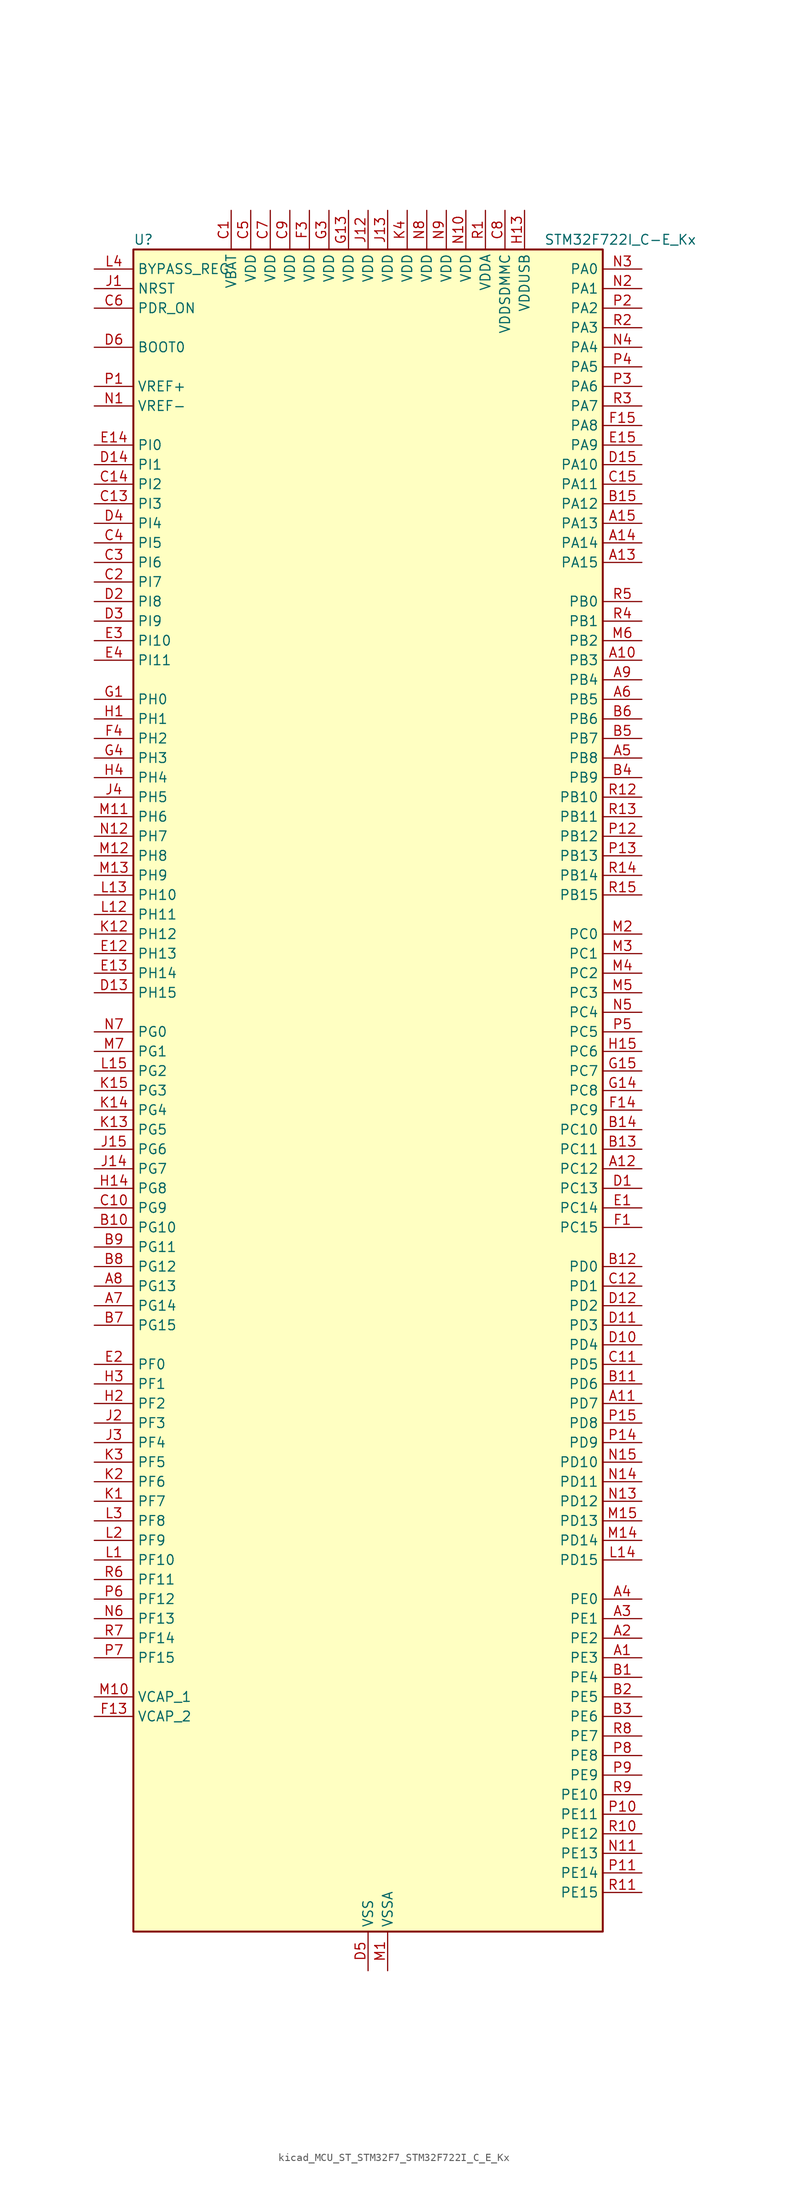
<source format=kicad_sym>
(kicad_symbol_lib
  (version 20220914)
  (generator kicad_symbol_editor)
  (symbol "kicad_MCU_ST_STM32F7_STM32F722I_C_E_Kx"
    (property "Reference" "U"
      (at -30.48 110.49 0)
      (effects (font (size 1.27 1.27)) (justify left)))
    (property "Value" "STM32F722I_C-E_Kx"
      (at 22.86 110.49 0)
      (effects (font (size 1.27 1.27)) (justify left)))
    (property "ki_locked" ""
      (at 0 0 0)
      (effects (font (size 1.27 1.27))))
    (symbol "kicad_MCU_ST_STM32F7_STM32F722I_C_E_Kx_0_1"
      (rectangle (start -30.48 -109.22) (end 30.48 109.22) (stroke (width 0.254) (type default)) (fill (type background))))
    (symbol "kicad_MCU_ST_STM32F7_STM32F722I_C_E_Kx_1_1"
      (pin bidirectional line (at 35.56 -73.66 180) (length 5.08) (name "PE3" (effects (font (size 1.27 1.27)))) (number "A1" (effects (font (size 1.27 1.27)))) (alternate "FMC_A19" bidirectional line) (alternate "SAI1_SD_B" bidirectional line) (alternate "SYS_TRACED0" bidirectional line))
      (pin bidirectional line (at 35.56 55.88 180) (length 5.08) (name "PB3" (effects (font (size 1.27 1.27)))) (number "A10" (effects (font (size 1.27 1.27)))) (alternate "I2S1_CK" bidirectional line) (alternate "I2S3_CK" bidirectional line) (alternate "SDMMC2_D2" bidirectional line) (alternate "SPI1_SCK" bidirectional line) (alternate "SPI3_SCK" bidirectional line) (alternate "SYS_JTDO-SWO" bidirectional line) (alternate "TIM2_CH2" bidirectional line))
      (pin bidirectional line (at 35.56 -40.64 180) (length 5.08) (name "PD7" (effects (font (size 1.27 1.27)))) (number "A11" (effects (font (size 1.27 1.27)))) (alternate "FMC_NE1" bidirectional line) (alternate "SDMMC2_CMD" bidirectional line) (alternate "USART2_CK" bidirectional line))
      (pin bidirectional line (at 35.56 -10.16 180) (length 5.08) (name "PC12" (effects (font (size 1.27 1.27)))) (number "A12" (effects (font (size 1.27 1.27)))) (alternate "I2S3_SD" bidirectional line) (alternate "SDMMC1_CK" bidirectional line) (alternate "SPI3_MOSI" bidirectional line) (alternate "SYS_TRACED3" bidirectional line) (alternate "UART5_TX" bidirectional line) (alternate "USART3_CK" bidirectional line))
      (pin bidirectional line (at 35.56 68.58 180) (length 5.08) (name "PA15" (effects (font (size 1.27 1.27)))) (number "A13" (effects (font (size 1.27 1.27)))) (alternate "I2S1_WS" bidirectional line) (alternate "I2S3_WS" bidirectional line) (alternate "SPI1_NSS" bidirectional line) (alternate "SPI3_NSS" bidirectional line) (alternate "SYS_JTDI" bidirectional line) (alternate "TIM2_CH1" bidirectional line) (alternate "TIM2_ETR" bidirectional line) (alternate "UART4_DE" bidirectional line) (alternate "UART4_RTS" bidirectional line))
      (pin bidirectional line (at 35.56 71.12 180) (length 5.08) (name "PA14" (effects (font (size 1.27 1.27)))) (number "A14" (effects (font (size 1.27 1.27)))) (alternate "SYS_JTCK-SWCLK" bidirectional line))
      (pin bidirectional line (at 35.56 73.66 180) (length 5.08) (name "PA13" (effects (font (size 1.27 1.27)))) (number "A15" (effects (font (size 1.27 1.27)))) (alternate "SYS_JTMS-SWDIO" bidirectional line))
      (pin bidirectional line (at 35.56 -71.12 180) (length 5.08) (name "PE2" (effects (font (size 1.27 1.27)))) (number "A2" (effects (font (size 1.27 1.27)))) (alternate "FMC_A23" bidirectional line) (alternate "QUADSPI_BK1_IO2" bidirectional line) (alternate "SAI1_MCLK_A" bidirectional line) (alternate "SPI4_SCK" bidirectional line) (alternate "SYS_TRACECLK" bidirectional line))
      (pin bidirectional line (at 35.56 -68.58 180) (length 5.08) (name "PE1" (effects (font (size 1.27 1.27)))) (number "A3" (effects (font (size 1.27 1.27)))) (alternate "FMC_NBL1" bidirectional line) (alternate "LPTIM1_IN2" bidirectional line) (alternate "UART8_TX" bidirectional line))
      (pin bidirectional line (at 35.56 -66.04 180) (length 5.08) (name "PE0" (effects (font (size 1.27 1.27)))) (number "A4" (effects (font (size 1.27 1.27)))) (alternate "FMC_NBL0" bidirectional line) (alternate "LPTIM1_ETR" bidirectional line) (alternate "SAI2_MCLK_A" bidirectional line) (alternate "TIM4_ETR" bidirectional line) (alternate "UART8_RX" bidirectional line))
      (pin bidirectional line (at 35.56 43.18 180) (length 5.08) (name "PB8" (effects (font (size 1.27 1.27)))) (number "A5" (effects (font (size 1.27 1.27)))) (alternate "CAN1_RX" bidirectional line) (alternate "I2C1_SCL" bidirectional line) (alternate "SDMMC1_D4" bidirectional line) (alternate "SDMMC2_D4" bidirectional line) (alternate "TIM10_CH1" bidirectional line) (alternate "TIM4_CH3" bidirectional line))
      (pin bidirectional line (at 35.56 50.8 180) (length 5.08) (name "PB5" (effects (font (size 1.27 1.27)))) (number "A6" (effects (font (size 1.27 1.27)))) (alternate "FMC_SDCKE1" bidirectional line) (alternate "I2C1_SMBA" bidirectional line) (alternate "I2S1_SD" bidirectional line) (alternate "I2S3_SD" bidirectional line) (alternate "SPI1_MOSI" bidirectional line) (alternate "SPI3_MOSI" bidirectional line) (alternate "TIM3_CH2" bidirectional line) (alternate "USB_OTG_HS_ULPI_D7" bidirectional line))
      (pin bidirectional line (at -35.56 -27.94 0) (length 5.08) (name "PG14" (effects (font (size 1.27 1.27)))) (number "A7" (effects (font (size 1.27 1.27)))) (alternate "FMC_A25" bidirectional line) (alternate "LPTIM1_ETR" bidirectional line) (alternate "QUADSPI_BK2_IO3" bidirectional line) (alternate "SYS_TRACED1" bidirectional line) (alternate "USART6_TX" bidirectional line))
      (pin bidirectional line (at -35.56 -25.4 0) (length 5.08) (name "PG13" (effects (font (size 1.27 1.27)))) (number "A8" (effects (font (size 1.27 1.27)))) (alternate "FMC_A24" bidirectional line) (alternate "LPTIM1_OUT" bidirectional line) (alternate "SYS_TRACED0" bidirectional line) (alternate "USART6_CTS" bidirectional line))
      (pin bidirectional line (at 35.56 53.34 180) (length 5.08) (name "PB4" (effects (font (size 1.27 1.27)))) (number "A9" (effects (font (size 1.27 1.27)))) (alternate "I2S2_WS" bidirectional line) (alternate "SDMMC2_D3" bidirectional line) (alternate "SPI1_MISO" bidirectional line) (alternate "SPI2_NSS" bidirectional line) (alternate "SPI3_MISO" bidirectional line) (alternate "SYS_JTRST" bidirectional line) (alternate "TIM3_CH1" bidirectional line))
      (pin bidirectional line (at 35.56 -76.2 180) (length 5.08) (name "PE4" (effects (font (size 1.27 1.27)))) (number "B1" (effects (font (size 1.27 1.27)))) (alternate "FMC_A20" bidirectional line) (alternate "SAI1_FS_A" bidirectional line) (alternate "SPI4_NSS" bidirectional line) (alternate "SYS_TRACED1" bidirectional line))
      (pin bidirectional line (at -35.56 -17.78 0) (length 5.08) (name "PG10" (effects (font (size 1.27 1.27)))) (number "B10" (effects (font (size 1.27 1.27)))) (alternate "FMC_NE3" bidirectional line) (alternate "SAI2_SD_B" bidirectional line) (alternate "SDMMC2_D1" bidirectional line))
      (pin bidirectional line (at 35.56 -38.1 180) (length 5.08) (name "PD6" (effects (font (size 1.27 1.27)))) (number "B11" (effects (font (size 1.27 1.27)))) (alternate "FMC_NWAIT" bidirectional line) (alternate "I2S3_SD" bidirectional line) (alternate "SAI1_SD_A" bidirectional line) (alternate "SDMMC2_CK" bidirectional line) (alternate "SPI3_MOSI" bidirectional line) (alternate "USART2_RX" bidirectional line))
      (pin bidirectional line (at 35.56 -22.86 180) (length 5.08) (name "PD0" (effects (font (size 1.27 1.27)))) (number "B12" (effects (font (size 1.27 1.27)))) (alternate "CAN1_RX" bidirectional line) (alternate "FMC_D2" bidirectional line) (alternate "FMC_DA2" bidirectional line))
      (pin bidirectional line (at 35.56 -7.62 180) (length 5.08) (name "PC11" (effects (font (size 1.27 1.27)))) (number "B13" (effects (font (size 1.27 1.27)))) (alternate "ADC1_EXTI11" bidirectional line) (alternate "ADC2_EXTI11" bidirectional line) (alternate "ADC3_EXTI11" bidirectional line) (alternate "QUADSPI_BK2_NCS" bidirectional line) (alternate "SDMMC1_D3" bidirectional line) (alternate "SPI3_MISO" bidirectional line) (alternate "UART4_RX" bidirectional line) (alternate "USART3_RX" bidirectional line))
      (pin bidirectional line (at 35.56 -5.08 180) (length 5.08) (name "PC10" (effects (font (size 1.27 1.27)))) (number "B14" (effects (font (size 1.27 1.27)))) (alternate "I2S3_CK" bidirectional line) (alternate "QUADSPI_BK1_IO1" bidirectional line) (alternate "SDMMC1_D2" bidirectional line) (alternate "SPI3_SCK" bidirectional line) (alternate "UART4_TX" bidirectional line) (alternate "USART3_TX" bidirectional line))
      (pin bidirectional line (at 35.56 76.2 180) (length 5.08) (name "PA12" (effects (font (size 1.27 1.27)))) (number "B15" (effects (font (size 1.27 1.27)))) (alternate "CAN1_TX" bidirectional line) (alternate "SAI2_FS_B" bidirectional line) (alternate "TIM1_ETR" bidirectional line) (alternate "USART1_DE" bidirectional line) (alternate "USART1_RTS" bidirectional line) (alternate "USB_OTG_FS_DP" bidirectional line))
      (pin bidirectional line (at 35.56 -78.74 180) (length 5.08) (name "PE5" (effects (font (size 1.27 1.27)))) (number "B2" (effects (font (size 1.27 1.27)))) (alternate "FMC_A21" bidirectional line) (alternate "SAI1_SCK_A" bidirectional line) (alternate "SPI4_MISO" bidirectional line) (alternate "SYS_TRACED2" bidirectional line) (alternate "TIM9_CH1" bidirectional line))
      (pin bidirectional line (at 35.56 -81.28 180) (length 5.08) (name "PE6" (effects (font (size 1.27 1.27)))) (number "B3" (effects (font (size 1.27 1.27)))) (alternate "FMC_A22" bidirectional line) (alternate "SAI1_SD_A" bidirectional line) (alternate "SAI2_MCLK_B" bidirectional line) (alternate "SPI4_MOSI" bidirectional line) (alternate "SYS_TRACED3" bidirectional line) (alternate "TIM1_BKIN2" bidirectional line) (alternate "TIM9_CH2" bidirectional line))
      (pin bidirectional line (at 35.56 40.64 180) (length 5.08) (name "PB9" (effects (font (size 1.27 1.27)))) (number "B4" (effects (font (size 1.27 1.27)))) (alternate "CAN1_TX" bidirectional line) (alternate "DAC_EXTI9" bidirectional line) (alternate "I2C1_SDA" bidirectional line) (alternate "I2S2_WS" bidirectional line) (alternate "SDMMC1_D5" bidirectional line) (alternate "SDMMC2_D5" bidirectional line) (alternate "SPI2_NSS" bidirectional line) (alternate "TIM11_CH1" bidirectional line) (alternate "TIM4_CH4" bidirectional line))
      (pin bidirectional line (at 35.56 45.72 180) (length 5.08) (name "PB7" (effects (font (size 1.27 1.27)))) (number "B5" (effects (font (size 1.27 1.27)))) (alternate "FMC_NL" bidirectional line) (alternate "I2C1_SDA" bidirectional line) (alternate "TIM4_CH2" bidirectional line) (alternate "USART1_RX" bidirectional line))
      (pin bidirectional line (at 35.56 48.26 180) (length 5.08) (name "PB6" (effects (font (size 1.27 1.27)))) (number "B6" (effects (font (size 1.27 1.27)))) (alternate "FMC_SDNE1" bidirectional line) (alternate "I2C1_SCL" bidirectional line) (alternate "QUADSPI_BK1_NCS" bidirectional line) (alternate "TIM4_CH1" bidirectional line) (alternate "USART1_TX" bidirectional line))
      (pin bidirectional line (at -35.56 -30.48 0) (length 5.08) (name "PG15" (effects (font (size 1.27 1.27)))) (number "B7" (effects (font (size 1.27 1.27)))) (alternate "FMC_SDNCAS" bidirectional line) (alternate "USART6_CTS" bidirectional line))
      (pin bidirectional line (at -35.56 -22.86 0) (length 5.08) (name "PG12" (effects (font (size 1.27 1.27)))) (number "B8" (effects (font (size 1.27 1.27)))) (alternate "FMC_NE4" bidirectional line) (alternate "LPTIM1_IN1" bidirectional line) (alternate "SDMMC2_D3" bidirectional line) (alternate "USART6_DE" bidirectional line) (alternate "USART6_RTS" bidirectional line))
      (pin bidirectional line (at -35.56 -20.32 0) (length 5.08) (name "PG11" (effects (font (size 1.27 1.27)))) (number "B9" (effects (font (size 1.27 1.27)))) (alternate "ADC1_EXTI11" bidirectional line) (alternate "ADC2_EXTI11" bidirectional line) (alternate "ADC3_EXTI11" bidirectional line) (alternate "FMC_INT" bidirectional line) (alternate "SDMMC2_D2" bidirectional line))
      (pin power_in line (at -17.78 114.3 270) (length 5.08) (name "VBAT" (effects (font (size 1.27 1.27)))) (number "C1" (effects (font (size 1.27 1.27)))))
      (pin bidirectional line (at -35.56 -15.24 0) (length 5.08) (name "PG9" (effects (font (size 1.27 1.27)))) (number "C10" (effects (font (size 1.27 1.27)))) (alternate "DAC_EXTI9" bidirectional line) (alternate "FMC_NCE" bidirectional line) (alternate "FMC_NE2" bidirectional line) (alternate "QUADSPI_BK2_IO2" bidirectional line) (alternate "SAI2_FS_B" bidirectional line) (alternate "SDMMC2_D0" bidirectional line) (alternate "USART6_RX" bidirectional line))
      (pin bidirectional line (at 35.56 -35.56 180) (length 5.08) (name "PD5" (effects (font (size 1.27 1.27)))) (number "C11" (effects (font (size 1.27 1.27)))) (alternate "FMC_NWE" bidirectional line) (alternate "USART2_TX" bidirectional line))
      (pin bidirectional line (at 35.56 -25.4 180) (length 5.08) (name "PD1" (effects (font (size 1.27 1.27)))) (number "C12" (effects (font (size 1.27 1.27)))) (alternate "CAN1_TX" bidirectional line) (alternate "FMC_D3" bidirectional line) (alternate "FMC_DA3" bidirectional line))
      (pin bidirectional line (at -35.56 76.2 0) (length 5.08) (name "PI3" (effects (font (size 1.27 1.27)))) (number "C13" (effects (font (size 1.27 1.27)))) (alternate "FMC_D27" bidirectional line) (alternate "I2S2_SD" bidirectional line) (alternate "SPI2_MOSI" bidirectional line) (alternate "TIM8_ETR" bidirectional line))
      (pin bidirectional line (at -35.56 78.74 0) (length 5.08) (name "PI2" (effects (font (size 1.27 1.27)))) (number "C14" (effects (font (size 1.27 1.27)))) (alternate "FMC_D26" bidirectional line) (alternate "SPI2_MISO" bidirectional line) (alternate "TIM8_CH4" bidirectional line))
      (pin bidirectional line (at 35.56 78.74 180) (length 5.08) (name "PA11" (effects (font (size 1.27 1.27)))) (number "C15" (effects (font (size 1.27 1.27)))) (alternate "ADC1_EXTI11" bidirectional line) (alternate "ADC2_EXTI11" bidirectional line) (alternate "ADC3_EXTI11" bidirectional line) (alternate "CAN1_RX" bidirectional line) (alternate "TIM1_CH4" bidirectional line) (alternate "USART1_CTS" bidirectional line) (alternate "USB_OTG_FS_DM" bidirectional line))
      (pin bidirectional line (at -35.56 66.04 0) (length 5.08) (name "PI7" (effects (font (size 1.27 1.27)))) (number "C2" (effects (font (size 1.27 1.27)))) (alternate "FMC_D29" bidirectional line) (alternate "SAI2_FS_A" bidirectional line) (alternate "TIM8_CH3" bidirectional line))
      (pin bidirectional line (at -35.56 68.58 0) (length 5.08) (name "PI6" (effects (font (size 1.27 1.27)))) (number "C3" (effects (font (size 1.27 1.27)))) (alternate "FMC_D28" bidirectional line) (alternate "SAI2_SD_A" bidirectional line) (alternate "TIM8_CH2" bidirectional line))
      (pin bidirectional line (at -35.56 71.12 0) (length 5.08) (name "PI5" (effects (font (size 1.27 1.27)))) (number "C4" (effects (font (size 1.27 1.27)))) (alternate "FMC_NBL3" bidirectional line) (alternate "SAI2_SCK_A" bidirectional line) (alternate "TIM8_CH1" bidirectional line))
      (pin power_in line (at -15.24 114.3 270) (length 5.08) (name "VDD" (effects (font (size 1.27 1.27)))) (number "C5" (effects (font (size 1.27 1.27)))))
      (pin input line (at -35.56 101.6 0) (length 5.08) (name "PDR_ON" (effects (font (size 1.27 1.27)))) (number "C6" (effects (font (size 1.27 1.27)))))
      (pin power_in line (at -12.7 114.3 270) (length 5.08) (name "VDD" (effects (font (size 1.27 1.27)))) (number "C7" (effects (font (size 1.27 1.27)))))
      (pin power_in line (at 17.78 114.3 270) (length 5.08) (name "VDDSDMMC" (effects (font (size 1.27 1.27)))) (number "C8" (effects (font (size 1.27 1.27)))))
      (pin power_in line (at -10.16 114.3 270) (length 5.08) (name "VDD" (effects (font (size 1.27 1.27)))) (number "C9" (effects (font (size 1.27 1.27)))))
      (pin bidirectional line (at 35.56 -12.7 180) (length 5.08) (name "PC13" (effects (font (size 1.27 1.27)))) (number "D1" (effects (font (size 1.27 1.27)))) (alternate "RTC_OUT" bidirectional line) (alternate "RTC_TAMP1" bidirectional line) (alternate "RTC_TS" bidirectional line) (alternate "SYS_WKUP4" bidirectional line))
      (pin bidirectional line (at 35.56 -33.02 180) (length 5.08) (name "PD4" (effects (font (size 1.27 1.27)))) (number "D10" (effects (font (size 1.27 1.27)))) (alternate "FMC_NOE" bidirectional line) (alternate "USART2_DE" bidirectional line) (alternate "USART2_RTS" bidirectional line))
      (pin bidirectional line (at 35.56 -30.48 180) (length 5.08) (name "PD3" (effects (font (size 1.27 1.27)))) (number "D11" (effects (font (size 1.27 1.27)))) (alternate "FMC_CLK" bidirectional line) (alternate "I2S2_CK" bidirectional line) (alternate "SPI2_SCK" bidirectional line) (alternate "USART2_CTS" bidirectional line))
      (pin bidirectional line (at 35.56 -27.94 180) (length 5.08) (name "PD2" (effects (font (size 1.27 1.27)))) (number "D12" (effects (font (size 1.27 1.27)))) (alternate "SDMMC1_CMD" bidirectional line) (alternate "SYS_TRACED2" bidirectional line) (alternate "TIM3_ETR" bidirectional line) (alternate "UART5_RX" bidirectional line))
      (pin bidirectional line (at -35.56 12.7 0) (length 5.08) (name "PH15" (effects (font (size 1.27 1.27)))) (number "D13" (effects (font (size 1.27 1.27)))) (alternate "FMC_D23" bidirectional line) (alternate "TIM8_CH3N" bidirectional line))
      (pin bidirectional line (at -35.56 81.28 0) (length 5.08) (name "PI1" (effects (font (size 1.27 1.27)))) (number "D14" (effects (font (size 1.27 1.27)))) (alternate "FMC_D25" bidirectional line) (alternate "I2S2_CK" bidirectional line) (alternate "SPI2_SCK" bidirectional line) (alternate "TIM8_BKIN2" bidirectional line))
      (pin bidirectional line (at 35.56 81.28 180) (length 5.08) (name "PA10" (effects (font (size 1.27 1.27)))) (number "D15" (effects (font (size 1.27 1.27)))) (alternate "TIM1_CH3" bidirectional line) (alternate "USART1_RX" bidirectional line) (alternate "USB_OTG_FS_ID" bidirectional line))
      (pin bidirectional line (at -35.56 63.5 0) (length 5.08) (name "PI8" (effects (font (size 1.27 1.27)))) (number "D2" (effects (font (size 1.27 1.27)))) (alternate "RTC_TAMP2" bidirectional line) (alternate "RTC_TS" bidirectional line) (alternate "SYS_WKUP5" bidirectional line))
      (pin bidirectional line (at -35.56 60.96 0) (length 5.08) (name "PI9" (effects (font (size 1.27 1.27)))) (number "D3" (effects (font (size 1.27 1.27)))) (alternate "CAN1_RX" bidirectional line) (alternate "DAC_EXTI9" bidirectional line) (alternate "FMC_D30" bidirectional line) (alternate "UART4_RX" bidirectional line))
      (pin bidirectional line (at -35.56 73.66 0) (length 5.08) (name "PI4" (effects (font (size 1.27 1.27)))) (number "D4" (effects (font (size 1.27 1.27)))) (alternate "FMC_NBL2" bidirectional line) (alternate "SAI2_MCLK_A" bidirectional line) (alternate "TIM8_BKIN" bidirectional line))
      (pin power_in line (at 0 -114.3 90) (length 5.08) (name "VSS" (effects (font (size 1.27 1.27)))) (number "D5" (effects (font (size 1.27 1.27)))))
      (pin input line (at -35.56 96.52 0) (length 5.08) (name "BOOT0" (effects (font (size 1.27 1.27)))) (number "D6" (effects (font (size 1.27 1.27)))))
      (pin passive line (at 0 -114.3 90) (length 5.08) hide (name "VSS" (effects (font (size 1.27 1.27)))) (number "D7" (effects (font (size 1.27 1.27)))))
      (pin passive line (at 0 -114.3 90) (length 5.08) hide (name "VSS" (effects (font (size 1.27 1.27)))) (number "D8" (effects (font (size 1.27 1.27)))))
      (pin passive line (at 0 -114.3 90) (length 5.08) hide (name "VSS" (effects (font (size 1.27 1.27)))) (number "D9" (effects (font (size 1.27 1.27)))))
      (pin bidirectional line (at 35.56 -15.24 180) (length 5.08) (name "PC14" (effects (font (size 1.27 1.27)))) (number "E1" (effects (font (size 1.27 1.27)))) (alternate "RCC_OSC32_IN" bidirectional line))
      (pin bidirectional line (at -35.56 17.78 0) (length 5.08) (name "PH13" (effects (font (size 1.27 1.27)))) (number "E12" (effects (font (size 1.27 1.27)))) (alternate "CAN1_TX" bidirectional line) (alternate "FMC_D21" bidirectional line) (alternate "TIM8_CH1N" bidirectional line) (alternate "UART4_TX" bidirectional line))
      (pin bidirectional line (at -35.56 15.24 0) (length 5.08) (name "PH14" (effects (font (size 1.27 1.27)))) (number "E13" (effects (font (size 1.27 1.27)))) (alternate "CAN1_RX" bidirectional line) (alternate "FMC_D22" bidirectional line) (alternate "TIM8_CH2N" bidirectional line) (alternate "UART4_RX" bidirectional line))
      (pin bidirectional line (at -35.56 83.82 0) (length 5.08) (name "PI0" (effects (font (size 1.27 1.27)))) (number "E14" (effects (font (size 1.27 1.27)))) (alternate "FMC_D24" bidirectional line) (alternate "I2S2_WS" bidirectional line) (alternate "SPI2_NSS" bidirectional line) (alternate "TIM5_CH4" bidirectional line))
      (pin bidirectional line (at 35.56 83.82 180) (length 5.08) (name "PA9" (effects (font (size 1.27 1.27)))) (number "E15" (effects (font (size 1.27 1.27)))) (alternate "DAC_EXTI9" bidirectional line) (alternate "I2C3_SMBA" bidirectional line) (alternate "I2S2_CK" bidirectional line) (alternate "SPI2_SCK" bidirectional line) (alternate "TIM1_CH2" bidirectional line) (alternate "USART1_TX" bidirectional line) (alternate "USB_OTG_FS_VBUS" bidirectional line))
      (pin bidirectional line (at -35.56 -35.56 0) (length 5.08) (name "PF0" (effects (font (size 1.27 1.27)))) (number "E2" (effects (font (size 1.27 1.27)))) (alternate "FMC_A0" bidirectional line) (alternate "I2C2_SDA" bidirectional line))
      (pin bidirectional line (at -35.56 58.42 0) (length 5.08) (name "PI10" (effects (font (size 1.27 1.27)))) (number "E3" (effects (font (size 1.27 1.27)))) (alternate "FMC_D31" bidirectional line))
      (pin bidirectional line (at -35.56 55.88 0) (length 5.08) (name "PI11" (effects (font (size 1.27 1.27)))) (number "E4" (effects (font (size 1.27 1.27)))) (alternate "ADC1_EXTI11" bidirectional line) (alternate "ADC2_EXTI11" bidirectional line) (alternate "ADC3_EXTI11" bidirectional line) (alternate "SYS_WKUP6" bidirectional line) (alternate "USB_OTG_HS_ULPI_DIR" bidirectional line))
      (pin bidirectional line (at 35.56 -17.78 180) (length 5.08) (name "PC15" (effects (font (size 1.27 1.27)))) (number "F1" (effects (font (size 1.27 1.27)))) (alternate "RCC_OSC32_OUT" bidirectional line))
      (pin passive line (at 0 -114.3 90) (length 5.08) hide (name "VSS" (effects (font (size 1.27 1.27)))) (number "F10" (effects (font (size 1.27 1.27)))))
      (pin passive line (at 0 -114.3 90) (length 5.08) hide (name "VSS" (effects (font (size 1.27 1.27)))) (number "F12" (effects (font (size 1.27 1.27)))))
      (pin power_out line (at -35.56 -81.28 0) (length 5.08) (name "VCAP_2" (effects (font (size 1.27 1.27)))) (number "F13" (effects (font (size 1.27 1.27)))))
      (pin bidirectional line (at 35.56 -2.54 180) (length 5.08) (name "PC9" (effects (font (size 1.27 1.27)))) (number "F14" (effects (font (size 1.27 1.27)))) (alternate "DAC_EXTI9" bidirectional line) (alternate "I2C3_SDA" bidirectional line) (alternate "I2S_CKIN" bidirectional line) (alternate "QUADSPI_BK1_IO0" bidirectional line) (alternate "RCC_MCO_2" bidirectional line) (alternate "SDMMC1_D1" bidirectional line) (alternate "TIM3_CH4" bidirectional line) (alternate "TIM8_CH4" bidirectional line) (alternate "UART5_CTS" bidirectional line))
      (pin bidirectional line (at 35.56 86.36 180) (length 5.08) (name "PA8" (effects (font (size 1.27 1.27)))) (number "F15" (effects (font (size 1.27 1.27)))) (alternate "I2C3_SCL" bidirectional line) (alternate "RCC_MCO_1" bidirectional line) (alternate "TIM1_CH1" bidirectional line) (alternate "TIM8_BKIN2" bidirectional line) (alternate "USART1_CK" bidirectional line) (alternate "USB_OTG_FS_SOF" bidirectional line))
      (pin passive line (at 0 -114.3 90) (length 5.08) hide (name "VSS" (effects (font (size 1.27 1.27)))) (number "F2" (effects (font (size 1.27 1.27)))))
      (pin power_in line (at -7.62 114.3 270) (length 5.08) (name "VDD" (effects (font (size 1.27 1.27)))) (number "F3" (effects (font (size 1.27 1.27)))))
      (pin bidirectional line (at -35.56 45.72 0) (length 5.08) (name "PH2" (effects (font (size 1.27 1.27)))) (number "F4" (effects (font (size 1.27 1.27)))) (alternate "FMC_SDCKE0" bidirectional line) (alternate "LPTIM1_IN2" bidirectional line) (alternate "QUADSPI_BK2_IO0" bidirectional line) (alternate "SAI2_SCK_B" bidirectional line))
      (pin passive line (at 0 -114.3 90) (length 5.08) hide (name "VSS" (effects (font (size 1.27 1.27)))) (number "F6" (effects (font (size 1.27 1.27)))))
      (pin passive line (at 0 -114.3 90) (length 5.08) hide (name "VSS" (effects (font (size 1.27 1.27)))) (number "F7" (effects (font (size 1.27 1.27)))))
      (pin passive line (at 0 -114.3 90) (length 5.08) hide (name "VSS" (effects (font (size 1.27 1.27)))) (number "F8" (effects (font (size 1.27 1.27)))))
      (pin passive line (at 0 -114.3 90) (length 5.08) hide (name "VSS" (effects (font (size 1.27 1.27)))) (number "F9" (effects (font (size 1.27 1.27)))))
      (pin bidirectional line (at -35.56 50.8 0) (length 5.08) (name "PH0" (effects (font (size 1.27 1.27)))) (number "G1" (effects (font (size 1.27 1.27)))) (alternate "RCC_OSC_IN" bidirectional line))
      (pin passive line (at 0 -114.3 90) (length 5.08) hide (name "VSS" (effects (font (size 1.27 1.27)))) (number "G10" (effects (font (size 1.27 1.27)))))
      (pin passive line (at 0 -114.3 90) (length 5.08) hide (name "VSS" (effects (font (size 1.27 1.27)))) (number "G12" (effects (font (size 1.27 1.27)))))
      (pin power_in line (at -2.54 114.3 270) (length 5.08) (name "VDD" (effects (font (size 1.27 1.27)))) (number "G13" (effects (font (size 1.27 1.27)))))
      (pin bidirectional line (at 35.56 0 180) (length 5.08) (name "PC8" (effects (font (size 1.27 1.27)))) (number "G14" (effects (font (size 1.27 1.27)))) (alternate "SDMMC1_D0" bidirectional line) (alternate "SYS_TRACED1" bidirectional line) (alternate "TIM3_CH3" bidirectional line) (alternate "TIM8_CH3" bidirectional line) (alternate "UART5_DE" bidirectional line) (alternate "UART5_RTS" bidirectional line) (alternate "USART6_CK" bidirectional line))
      (pin bidirectional line (at 35.56 2.54 180) (length 5.08) (name "PC7" (effects (font (size 1.27 1.27)))) (number "G15" (effects (font (size 1.27 1.27)))) (alternate "I2S3_MCK" bidirectional line) (alternate "SDMMC1_D7" bidirectional line) (alternate "SDMMC2_D7" bidirectional line) (alternate "TIM3_CH2" bidirectional line) (alternate "TIM8_CH2" bidirectional line) (alternate "USART6_RX" bidirectional line))
      (pin passive line (at 0 -114.3 90) (length 5.08) hide (name "VSS" (effects (font (size 1.27 1.27)))) (number "G2" (effects (font (size 1.27 1.27)))))
      (pin power_in line (at -5.08 114.3 270) (length 5.08) (name "VDD" (effects (font (size 1.27 1.27)))) (number "G3" (effects (font (size 1.27 1.27)))))
      (pin bidirectional line (at -35.56 43.18 0) (length 5.08) (name "PH3" (effects (font (size 1.27 1.27)))) (number "G4" (effects (font (size 1.27 1.27)))) (alternate "FMC_SDNE0" bidirectional line) (alternate "QUADSPI_BK2_IO1" bidirectional line) (alternate "SAI2_MCLK_B" bidirectional line))
      (pin passive line (at 0 -114.3 90) (length 5.08) hide (name "VSS" (effects (font (size 1.27 1.27)))) (number "G6" (effects (font (size 1.27 1.27)))))
      (pin passive line (at 0 -114.3 90) (length 5.08) hide (name "VSS" (effects (font (size 1.27 1.27)))) (number "G7" (effects (font (size 1.27 1.27)))))
      (pin passive line (at 0 -114.3 90) (length 5.08) hide (name "VSS" (effects (font (size 1.27 1.27)))) (number "G8" (effects (font (size 1.27 1.27)))))
      (pin passive line (at 0 -114.3 90) (length 5.08) hide (name "VSS" (effects (font (size 1.27 1.27)))) (number "G9" (effects (font (size 1.27 1.27)))))
      (pin bidirectional line (at -35.56 48.26 0) (length 5.08) (name "PH1" (effects (font (size 1.27 1.27)))) (number "H1" (effects (font (size 1.27 1.27)))) (alternate "RCC_OSC_OUT" bidirectional line))
      (pin passive line (at 0 -114.3 90) (length 5.08) hide (name "VSS" (effects (font (size 1.27 1.27)))) (number "H10" (effects (font (size 1.27 1.27)))))
      (pin passive line (at 0 -114.3 90) (length 5.08) hide (name "VSS" (effects (font (size 1.27 1.27)))) (number "H12" (effects (font (size 1.27 1.27)))))
      (pin power_in line (at 20.32 114.3 270) (length 5.08) (name "VDDUSB" (effects (font (size 1.27 1.27)))) (number "H13" (effects (font (size 1.27 1.27)))))
      (pin bidirectional line (at -35.56 -12.7 0) (length 5.08) (name "PG8" (effects (font (size 1.27 1.27)))) (number "H14" (effects (font (size 1.27 1.27)))) (alternate "FMC_SDCLK" bidirectional line) (alternate "USART6_DE" bidirectional line) (alternate "USART6_RTS" bidirectional line))
      (pin bidirectional line (at 35.56 5.08 180) (length 5.08) (name "PC6" (effects (font (size 1.27 1.27)))) (number "H15" (effects (font (size 1.27 1.27)))) (alternate "I2S2_MCK" bidirectional line) (alternate "SDMMC1_D6" bidirectional line) (alternate "SDMMC2_D6" bidirectional line) (alternate "TIM3_CH1" bidirectional line) (alternate "TIM8_CH1" bidirectional line) (alternate "USART6_TX" bidirectional line))
      (pin bidirectional line (at -35.56 -40.64 0) (length 5.08) (name "PF2" (effects (font (size 1.27 1.27)))) (number "H2" (effects (font (size 1.27 1.27)))) (alternate "FMC_A2" bidirectional line) (alternate "I2C2_SMBA" bidirectional line))
      (pin bidirectional line (at -35.56 -38.1 0) (length 5.08) (name "PF1" (effects (font (size 1.27 1.27)))) (number "H3" (effects (font (size 1.27 1.27)))) (alternate "FMC_A1" bidirectional line) (alternate "I2C2_SCL" bidirectional line))
      (pin bidirectional line (at -35.56 40.64 0) (length 5.08) (name "PH4" (effects (font (size 1.27 1.27)))) (number "H4" (effects (font (size 1.27 1.27)))) (alternate "I2C2_SCL" bidirectional line) (alternate "USB_OTG_HS_ULPI_NXT" bidirectional line))
      (pin passive line (at 0 -114.3 90) (length 5.08) hide (name "VSS" (effects (font (size 1.27 1.27)))) (number "H6" (effects (font (size 1.27 1.27)))))
      (pin passive line (at 0 -114.3 90) (length 5.08) hide (name "VSS" (effects (font (size 1.27 1.27)))) (number "H7" (effects (font (size 1.27 1.27)))))
      (pin passive line (at 0 -114.3 90) (length 5.08) hide (name "VSS" (effects (font (size 1.27 1.27)))) (number "H8" (effects (font (size 1.27 1.27)))))
      (pin passive line (at 0 -114.3 90) (length 5.08) hide (name "VSS" (effects (font (size 1.27 1.27)))) (number "H9" (effects (font (size 1.27 1.27)))))
      (pin input line (at -35.56 104.14 0) (length 5.08) (name "NRST" (effects (font (size 1.27 1.27)))) (number "J1" (effects (font (size 1.27 1.27)))))
      (pin passive line (at 0 -114.3 90) (length 5.08) hide (name "VSS" (effects (font (size 1.27 1.27)))) (number "J10" (effects (font (size 1.27 1.27)))))
      (pin power_in line (at 0 114.3 270) (length 5.08) (name "VDD" (effects (font (size 1.27 1.27)))) (number "J12" (effects (font (size 1.27 1.27)))))
      (pin power_in line (at 2.54 114.3 270) (length 5.08) (name "VDD" (effects (font (size 1.27 1.27)))) (number "J13" (effects (font (size 1.27 1.27)))))
      (pin bidirectional line (at -35.56 -10.16 0) (length 5.08) (name "PG7" (effects (font (size 1.27 1.27)))) (number "J14" (effects (font (size 1.27 1.27)))) (alternate "FMC_INT" bidirectional line) (alternate "USART6_CK" bidirectional line))
      (pin bidirectional line (at -35.56 -7.62 0) (length 5.08) (name "PG6" (effects (font (size 1.27 1.27)))) (number "J15" (effects (font (size 1.27 1.27)))))
      (pin bidirectional line (at -35.56 -43.18 0) (length 5.08) (name "PF3" (effects (font (size 1.27 1.27)))) (number "J2" (effects (font (size 1.27 1.27)))) (alternate "ADC3_IN9" bidirectional line) (alternate "FMC_A3" bidirectional line))
      (pin bidirectional line (at -35.56 -45.72 0) (length 5.08) (name "PF4" (effects (font (size 1.27 1.27)))) (number "J3" (effects (font (size 1.27 1.27)))) (alternate "ADC3_IN14" bidirectional line) (alternate "FMC_A4" bidirectional line))
      (pin bidirectional line (at -35.56 38.1 0) (length 5.08) (name "PH5" (effects (font (size 1.27 1.27)))) (number "J4" (effects (font (size 1.27 1.27)))) (alternate "FMC_SDNWE" bidirectional line) (alternate "I2C2_SDA" bidirectional line) (alternate "SPI5_NSS" bidirectional line))
      (pin passive line (at 0 -114.3 90) (length 5.08) hide (name "VSS" (effects (font (size 1.27 1.27)))) (number "J6" (effects (font (size 1.27 1.27)))))
      (pin passive line (at 0 -114.3 90) (length 5.08) hide (name "VSS" (effects (font (size 1.27 1.27)))) (number "J7" (effects (font (size 1.27 1.27)))))
      (pin passive line (at 0 -114.3 90) (length 5.08) hide (name "VSS" (effects (font (size 1.27 1.27)))) (number "J8" (effects (font (size 1.27 1.27)))))
      (pin passive line (at 0 -114.3 90) (length 5.08) hide (name "VSS" (effects (font (size 1.27 1.27)))) (number "J9" (effects (font (size 1.27 1.27)))))
      (pin bidirectional line (at -35.56 -53.34 0) (length 5.08) (name "PF7" (effects (font (size 1.27 1.27)))) (number "K1" (effects (font (size 1.27 1.27)))) (alternate "ADC3_IN5" bidirectional line) (alternate "QUADSPI_BK1_IO2" bidirectional line) (alternate "SAI1_MCLK_B" bidirectional line) (alternate "SPI5_SCK" bidirectional line) (alternate "TIM11_CH1" bidirectional line) (alternate "UART7_TX" bidirectional line))
      (pin passive line (at 0 -114.3 90) (length 5.08) hide (name "VSS" (effects (font (size 1.27 1.27)))) (number "K10" (effects (font (size 1.27 1.27)))))
      (pin bidirectional line (at -35.56 20.32 0) (length 5.08) (name "PH12" (effects (font (size 1.27 1.27)))) (number "K12" (effects (font (size 1.27 1.27)))) (alternate "FMC_D20" bidirectional line) (alternate "TIM5_CH3" bidirectional line))
      (pin bidirectional line (at -35.56 -5.08 0) (length 5.08) (name "PG5" (effects (font (size 1.27 1.27)))) (number "K13" (effects (font (size 1.27 1.27)))) (alternate "FMC_A15" bidirectional line) (alternate "FMC_BA1" bidirectional line))
      (pin bidirectional line (at -35.56 -2.54 0) (length 5.08) (name "PG4" (effects (font (size 1.27 1.27)))) (number "K14" (effects (font (size 1.27 1.27)))) (alternate "FMC_A14" bidirectional line) (alternate "FMC_BA0" bidirectional line))
      (pin bidirectional line (at -35.56 0 0) (length 5.08) (name "PG3" (effects (font (size 1.27 1.27)))) (number "K15" (effects (font (size 1.27 1.27)))) (alternate "FMC_A13" bidirectional line))
      (pin bidirectional line (at -35.56 -50.8 0) (length 5.08) (name "PF6" (effects (font (size 1.27 1.27)))) (number "K2" (effects (font (size 1.27 1.27)))) (alternate "ADC3_IN4" bidirectional line) (alternate "QUADSPI_BK1_IO3" bidirectional line) (alternate "SAI1_SD_B" bidirectional line) (alternate "SPI5_NSS" bidirectional line) (alternate "TIM10_CH1" bidirectional line) (alternate "UART7_RX" bidirectional line))
      (pin bidirectional line (at -35.56 -48.26 0) (length 5.08) (name "PF5" (effects (font (size 1.27 1.27)))) (number "K3" (effects (font (size 1.27 1.27)))) (alternate "ADC3_IN15" bidirectional line) (alternate "FMC_A5" bidirectional line))
      (pin power_in line (at 5.08 114.3 270) (length 5.08) (name "VDD" (effects (font (size 1.27 1.27)))) (number "K4" (effects (font (size 1.27 1.27)))))
      (pin passive line (at 0 -114.3 90) (length 5.08) hide (name "VSS" (effects (font (size 1.27 1.27)))) (number "K6" (effects (font (size 1.27 1.27)))))
      (pin passive line (at 0 -114.3 90) (length 5.08) hide (name "VSS" (effects (font (size 1.27 1.27)))) (number "K7" (effects (font (size 1.27 1.27)))))
      (pin passive line (at 0 -114.3 90) (length 5.08) hide (name "VSS" (effects (font (size 1.27 1.27)))) (number "K8" (effects (font (size 1.27 1.27)))))
      (pin passive line (at 0 -114.3 90) (length 5.08) hide (name "VSS" (effects (font (size 1.27 1.27)))) (number "K9" (effects (font (size 1.27 1.27)))))
      (pin bidirectional line (at -35.56 -60.96 0) (length 5.08) (name "PF10" (effects (font (size 1.27 1.27)))) (number "L1" (effects (font (size 1.27 1.27)))) (alternate "ADC3_IN8" bidirectional line))
      (pin bidirectional line (at -35.56 22.86 0) (length 5.08) (name "PH11" (effects (font (size 1.27 1.27)))) (number "L12" (effects (font (size 1.27 1.27)))) (alternate "ADC1_EXTI11" bidirectional line) (alternate "ADC2_EXTI11" bidirectional line) (alternate "ADC3_EXTI11" bidirectional line) (alternate "FMC_D19" bidirectional line) (alternate "TIM5_CH2" bidirectional line))
      (pin bidirectional line (at -35.56 25.4 0) (length 5.08) (name "PH10" (effects (font (size 1.27 1.27)))) (number "L13" (effects (font (size 1.27 1.27)))) (alternate "FMC_D18" bidirectional line) (alternate "TIM5_CH1" bidirectional line))
      (pin bidirectional line (at 35.56 -60.96 180) (length 5.08) (name "PD15" (effects (font (size 1.27 1.27)))) (number "L14" (effects (font (size 1.27 1.27)))) (alternate "FMC_D1" bidirectional line) (alternate "FMC_DA1" bidirectional line) (alternate "TIM4_CH4" bidirectional line) (alternate "UART8_DE" bidirectional line) (alternate "UART8_RTS" bidirectional line))
      (pin bidirectional line (at -35.56 2.54 0) (length 5.08) (name "PG2" (effects (font (size 1.27 1.27)))) (number "L15" (effects (font (size 1.27 1.27)))) (alternate "FMC_A12" bidirectional line))
      (pin bidirectional line (at -35.56 -58.42 0) (length 5.08) (name "PF9" (effects (font (size 1.27 1.27)))) (number "L2" (effects (font (size 1.27 1.27)))) (alternate "ADC3_IN7" bidirectional line) (alternate "DAC_EXTI9" bidirectional line) (alternate "QUADSPI_BK1_IO1" bidirectional line) (alternate "SAI1_FS_B" bidirectional line) (alternate "SPI5_MOSI" bidirectional line) (alternate "TIM14_CH1" bidirectional line) (alternate "UART7_CTS" bidirectional line))
      (pin bidirectional line (at -35.56 -55.88 0) (length 5.08) (name "PF8" (effects (font (size 1.27 1.27)))) (number "L3" (effects (font (size 1.27 1.27)))) (alternate "ADC3_IN6" bidirectional line) (alternate "QUADSPI_BK1_IO0" bidirectional line) (alternate "SAI1_SCK_B" bidirectional line) (alternate "SPI5_MISO" bidirectional line) (alternate "TIM13_CH1" bidirectional line) (alternate "UART7_DE" bidirectional line) (alternate "UART7_RTS" bidirectional line))
      (pin input line (at -35.56 106.68 0) (length 5.08) (name "BYPASS_REG" (effects (font (size 1.27 1.27)))) (number "L4" (effects (font (size 1.27 1.27)))))
      (pin power_in line (at 2.54 -114.3 90) (length 5.08) (name "VSSA" (effects (font (size 1.27 1.27)))) (number "M1" (effects (font (size 1.27 1.27)))))
      (pin power_out line (at -35.56 -78.74 0) (length 5.08) (name "VCAP_1" (effects (font (size 1.27 1.27)))) (number "M10" (effects (font (size 1.27 1.27)))))
      (pin bidirectional line (at -35.56 35.56 0) (length 5.08) (name "PH6" (effects (font (size 1.27 1.27)))) (number "M11" (effects (font (size 1.27 1.27)))) (alternate "FMC_SDNE1" bidirectional line) (alternate "I2C2_SMBA" bidirectional line) (alternate "SPI5_SCK" bidirectional line) (alternate "TIM12_CH1" bidirectional line))
      (pin bidirectional line (at -35.56 30.48 0) (length 5.08) (name "PH8" (effects (font (size 1.27 1.27)))) (number "M12" (effects (font (size 1.27 1.27)))) (alternate "FMC_D16" bidirectional line) (alternate "I2C3_SDA" bidirectional line))
      (pin bidirectional line (at -35.56 27.94 0) (length 5.08) (name "PH9" (effects (font (size 1.27 1.27)))) (number "M13" (effects (font (size 1.27 1.27)))) (alternate "DAC_EXTI9" bidirectional line) (alternate "FMC_D17" bidirectional line) (alternate "I2C3_SMBA" bidirectional line) (alternate "TIM12_CH2" bidirectional line))
      (pin bidirectional line (at 35.56 -58.42 180) (length 5.08) (name "PD14" (effects (font (size 1.27 1.27)))) (number "M14" (effects (font (size 1.27 1.27)))) (alternate "FMC_D0" bidirectional line) (alternate "FMC_DA0" bidirectional line) (alternate "TIM4_CH3" bidirectional line) (alternate "UART8_CTS" bidirectional line))
      (pin bidirectional line (at 35.56 -55.88 180) (length 5.08) (name "PD13" (effects (font (size 1.27 1.27)))) (number "M15" (effects (font (size 1.27 1.27)))) (alternate "FMC_A18" bidirectional line) (alternate "LPTIM1_OUT" bidirectional line) (alternate "QUADSPI_BK1_IO3" bidirectional line) (alternate "SAI2_SCK_A" bidirectional line) (alternate "TIM4_CH2" bidirectional line))
      (pin bidirectional line (at 35.56 20.32 180) (length 5.08) (name "PC0" (effects (font (size 1.27 1.27)))) (number "M2" (effects (font (size 1.27 1.27)))) (alternate "ADC1_IN10" bidirectional line) (alternate "ADC2_IN10" bidirectional line) (alternate "ADC3_IN10" bidirectional line) (alternate "FMC_SDNWE" bidirectional line) (alternate "SAI2_FS_B" bidirectional line) (alternate "USB_OTG_HS_ULPI_STP" bidirectional line))
      (pin bidirectional line (at 35.56 17.78 180) (length 5.08) (name "PC1" (effects (font (size 1.27 1.27)))) (number "M3" (effects (font (size 1.27 1.27)))) (alternate "ADC1_IN11" bidirectional line) (alternate "ADC2_IN11" bidirectional line) (alternate "ADC3_IN11" bidirectional line) (alternate "I2S2_SD" bidirectional line) (alternate "RTC_TAMP3" bidirectional line) (alternate "RTC_TS" bidirectional line) (alternate "SAI1_SD_A" bidirectional line) (alternate "SPI2_MOSI" bidirectional line) (alternate "SYS_TRACED0" bidirectional line) (alternate "SYS_WKUP3" bidirectional line))
      (pin bidirectional line (at 35.56 15.24 180) (length 5.08) (name "PC2" (effects (font (size 1.27 1.27)))) (number "M4" (effects (font (size 1.27 1.27)))) (alternate "ADC1_IN12" bidirectional line) (alternate "ADC2_IN12" bidirectional line) (alternate "ADC3_IN12" bidirectional line) (alternate "FMC_SDNE0" bidirectional line) (alternate "SPI2_MISO" bidirectional line) (alternate "USB_OTG_HS_ULPI_DIR" bidirectional line))
      (pin bidirectional line (at 35.56 12.7 180) (length 5.08) (name "PC3" (effects (font (size 1.27 1.27)))) (number "M5" (effects (font (size 1.27 1.27)))) (alternate "ADC1_IN13" bidirectional line) (alternate "ADC2_IN13" bidirectional line) (alternate "ADC3_IN13" bidirectional line) (alternate "FMC_SDCKE0" bidirectional line) (alternate "I2S2_SD" bidirectional line) (alternate "SPI2_MOSI" bidirectional line) (alternate "USB_OTG_HS_ULPI_NXT" bidirectional line))
      (pin bidirectional line (at 35.56 58.42 180) (length 5.08) (name "PB2" (effects (font (size 1.27 1.27)))) (number "M6" (effects (font (size 1.27 1.27)))) (alternate "I2S3_SD" bidirectional line) (alternate "QUADSPI_CLK" bidirectional line) (alternate "SAI1_SD_A" bidirectional line) (alternate "SPI3_MOSI" bidirectional line))
      (pin bidirectional line (at -35.56 5.08 0) (length 5.08) (name "PG1" (effects (font (size 1.27 1.27)))) (number "M7" (effects (font (size 1.27 1.27)))) (alternate "FMC_A11" bidirectional line))
      (pin passive line (at 0 -114.3 90) (length 5.08) hide (name "VSS" (effects (font (size 1.27 1.27)))) (number "M8" (effects (font (size 1.27 1.27)))))
      (pin passive line (at 0 -114.3 90) (length 5.08) hide (name "VSS" (effects (font (size 1.27 1.27)))) (number "M9" (effects (font (size 1.27 1.27)))))
      (pin input line (at -35.56 88.9 0) (length 5.08) (name "VREF-" (effects (font (size 1.27 1.27)))) (number "N1" (effects (font (size 1.27 1.27)))))
      (pin power_in line (at 12.7 114.3 270) (length 5.08) (name "VDD" (effects (font (size 1.27 1.27)))) (number "N10" (effects (font (size 1.27 1.27)))))
      (pin bidirectional line (at 35.56 -99.06 180) (length 5.08) (name "PE13" (effects (font (size 1.27 1.27)))) (number "N11" (effects (font (size 1.27 1.27)))) (alternate "FMC_D10" bidirectional line) (alternate "FMC_DA10" bidirectional line) (alternate "SAI2_FS_B" bidirectional line) (alternate "SPI4_MISO" bidirectional line) (alternate "TIM1_CH3" bidirectional line))
      (pin bidirectional line (at -35.56 33.02 0) (length 5.08) (name "PH7" (effects (font (size 1.27 1.27)))) (number "N12" (effects (font (size 1.27 1.27)))) (alternate "FMC_SDCKE1" bidirectional line) (alternate "I2C3_SCL" bidirectional line) (alternate "SPI5_MISO" bidirectional line))
      (pin bidirectional line (at 35.56 -53.34 180) (length 5.08) (name "PD12" (effects (font (size 1.27 1.27)))) (number "N13" (effects (font (size 1.27 1.27)))) (alternate "FMC_A17" bidirectional line) (alternate "FMC_ALE" bidirectional line) (alternate "LPTIM1_IN1" bidirectional line) (alternate "QUADSPI_BK1_IO1" bidirectional line) (alternate "SAI2_FS_A" bidirectional line) (alternate "TIM4_CH1" bidirectional line) (alternate "USART3_DE" bidirectional line) (alternate "USART3_RTS" bidirectional line))
      (pin bidirectional line (at 35.56 -50.8 180) (length 5.08) (name "PD11" (effects (font (size 1.27 1.27)))) (number "N14" (effects (font (size 1.27 1.27)))) (alternate "ADC1_EXTI11" bidirectional line) (alternate "ADC2_EXTI11" bidirectional line) (alternate "ADC3_EXTI11" bidirectional line) (alternate "FMC_A16" bidirectional line) (alternate "FMC_CLE" bidirectional line) (alternate "QUADSPI_BK1_IO0" bidirectional line) (alternate "SAI2_SD_A" bidirectional line) (alternate "USART3_CTS" bidirectional line))
      (pin bidirectional line (at 35.56 -48.26 180) (length 5.08) (name "PD10" (effects (font (size 1.27 1.27)))) (number "N15" (effects (font (size 1.27 1.27)))) (alternate "FMC_D15" bidirectional line) (alternate "FMC_DA15" bidirectional line) (alternate "USART3_CK" bidirectional line))
      (pin bidirectional line (at 35.56 104.14 180) (length 5.08) (name "PA1" (effects (font (size 1.27 1.27)))) (number "N2" (effects (font (size 1.27 1.27)))) (alternate "ADC1_IN1" bidirectional line) (alternate "ADC2_IN1" bidirectional line) (alternate "ADC3_IN1" bidirectional line) (alternate "QUADSPI_BK1_IO3" bidirectional line) (alternate "SAI2_MCLK_B" bidirectional line) (alternate "TIM2_CH2" bidirectional line) (alternate "TIM5_CH2" bidirectional line) (alternate "UART4_RX" bidirectional line) (alternate "USART2_DE" bidirectional line) (alternate "USART2_RTS" bidirectional line))
      (pin bidirectional line (at 35.56 106.68 180) (length 5.08) (name "PA0" (effects (font (size 1.27 1.27)))) (number "N3" (effects (font (size 1.27 1.27)))) (alternate "ADC1_IN0" bidirectional line) (alternate "ADC2_IN0" bidirectional line) (alternate "ADC3_IN0" bidirectional line) (alternate "SAI2_SD_B" bidirectional line) (alternate "SYS_WKUP1" bidirectional line) (alternate "TIM2_CH1" bidirectional line) (alternate "TIM2_ETR" bidirectional line) (alternate "TIM5_CH1" bidirectional line) (alternate "TIM8_ETR" bidirectional line) (alternate "UART4_TX" bidirectional line) (alternate "USART2_CTS" bidirectional line))
      (pin bidirectional line (at 35.56 96.52 180) (length 5.08) (name "PA4" (effects (font (size 1.27 1.27)))) (number "N4" (effects (font (size 1.27 1.27)))) (alternate "ADC1_IN4" bidirectional line) (alternate "ADC2_IN4" bidirectional line) (alternate "DAC_OUT1" bidirectional line) (alternate "I2S1_WS" bidirectional line) (alternate "I2S3_WS" bidirectional line) (alternate "SPI1_NSS" bidirectional line) (alternate "SPI3_NSS" bidirectional line) (alternate "USART2_CK" bidirectional line) (alternate "USB_OTG_HS_SOF" bidirectional line))
      (pin bidirectional line (at 35.56 10.16 180) (length 5.08) (name "PC4" (effects (font (size 1.27 1.27)))) (number "N5" (effects (font (size 1.27 1.27)))) (alternate "ADC1_IN14" bidirectional line) (alternate "ADC2_IN14" bidirectional line) (alternate "FMC_SDNE0" bidirectional line) (alternate "I2S1_MCK" bidirectional line))
      (pin bidirectional line (at -35.56 -68.58 0) (length 5.08) (name "PF13" (effects (font (size 1.27 1.27)))) (number "N6" (effects (font (size 1.27 1.27)))) (alternate "FMC_A7" bidirectional line))
      (pin bidirectional line (at -35.56 7.62 0) (length 5.08) (name "PG0" (effects (font (size 1.27 1.27)))) (number "N7" (effects (font (size 1.27 1.27)))) (alternate "FMC_A10" bidirectional line))
      (pin power_in line (at 7.62 114.3 270) (length 5.08) (name "VDD" (effects (font (size 1.27 1.27)))) (number "N8" (effects (font (size 1.27 1.27)))))
      (pin power_in line (at 10.16 114.3 270) (length 5.08) (name "VDD" (effects (font (size 1.27 1.27)))) (number "N9" (effects (font (size 1.27 1.27)))))
      (pin input line (at -35.56 91.44 0) (length 5.08) (name "VREF+" (effects (font (size 1.27 1.27)))) (number "P1" (effects (font (size 1.27 1.27)))))
      (pin bidirectional line (at 35.56 -93.98 180) (length 5.08) (name "PE11" (effects (font (size 1.27 1.27)))) (number "P10" (effects (font (size 1.27 1.27)))) (alternate "ADC1_EXTI11" bidirectional line) (alternate "ADC2_EXTI11" bidirectional line) (alternate "ADC3_EXTI11" bidirectional line) (alternate "FMC_D8" bidirectional line) (alternate "FMC_DA8" bidirectional line) (alternate "SAI2_SD_B" bidirectional line) (alternate "SPI4_NSS" bidirectional line) (alternate "TIM1_CH2" bidirectional line))
      (pin bidirectional line (at 35.56 -101.6 180) (length 5.08) (name "PE14" (effects (font (size 1.27 1.27)))) (number "P11" (effects (font (size 1.27 1.27)))) (alternate "FMC_D11" bidirectional line) (alternate "FMC_DA11" bidirectional line) (alternate "SAI2_MCLK_B" bidirectional line) (alternate "SPI4_MOSI" bidirectional line) (alternate "TIM1_CH4" bidirectional line))
      (pin bidirectional line (at 35.56 33.02 180) (length 5.08) (name "PB12" (effects (font (size 1.27 1.27)))) (number "P12" (effects (font (size 1.27 1.27)))) (alternate "I2C2_SMBA" bidirectional line) (alternate "I2S2_WS" bidirectional line) (alternate "SPI2_NSS" bidirectional line) (alternate "TIM1_BKIN" bidirectional line) (alternate "USART3_CK" bidirectional line) (alternate "USB_OTG_HS_ID" bidirectional line) (alternate "USB_OTG_HS_ULPI_D5" bidirectional line))
      (pin bidirectional line (at 35.56 30.48 180) (length 5.08) (name "PB13" (effects (font (size 1.27 1.27)))) (number "P13" (effects (font (size 1.27 1.27)))) (alternate "I2S2_CK" bidirectional line) (alternate "SPI2_SCK" bidirectional line) (alternate "TIM1_CH1N" bidirectional line) (alternate "USART3_CTS" bidirectional line) (alternate "USB_OTG_HS_ULPI_D6" bidirectional line) (alternate "USB_OTG_HS_VBUS" bidirectional line))
      (pin bidirectional line (at 35.56 -45.72 180) (length 5.08) (name "PD9" (effects (font (size 1.27 1.27)))) (number "P14" (effects (font (size 1.27 1.27)))) (alternate "DAC_EXTI9" bidirectional line) (alternate "FMC_D14" bidirectional line) (alternate "FMC_DA14" bidirectional line) (alternate "USART3_RX" bidirectional line))
      (pin bidirectional line (at 35.56 -43.18 180) (length 5.08) (name "PD8" (effects (font (size 1.27 1.27)))) (number "P15" (effects (font (size 1.27 1.27)))) (alternate "FMC_D13" bidirectional line) (alternate "FMC_DA13" bidirectional line) (alternate "USART3_TX" bidirectional line))
      (pin bidirectional line (at 35.56 101.6 180) (length 5.08) (name "PA2" (effects (font (size 1.27 1.27)))) (number "P2" (effects (font (size 1.27 1.27)))) (alternate "ADC1_IN2" bidirectional line) (alternate "ADC2_IN2" bidirectional line) (alternate "ADC3_IN2" bidirectional line) (alternate "SAI2_SCK_B" bidirectional line) (alternate "SYS_WKUP2" bidirectional line) (alternate "TIM2_CH3" bidirectional line) (alternate "TIM5_CH3" bidirectional line) (alternate "TIM9_CH1" bidirectional line) (alternate "USART2_TX" bidirectional line))
      (pin bidirectional line (at 35.56 91.44 180) (length 5.08) (name "PA6" (effects (font (size 1.27 1.27)))) (number "P3" (effects (font (size 1.27 1.27)))) (alternate "ADC1_IN6" bidirectional line) (alternate "ADC2_IN6" bidirectional line) (alternate "SPI1_MISO" bidirectional line) (alternate "TIM13_CH1" bidirectional line) (alternate "TIM1_BKIN" bidirectional line) (alternate "TIM3_CH1" bidirectional line) (alternate "TIM8_BKIN" bidirectional line))
      (pin bidirectional line (at 35.56 93.98 180) (length 5.08) (name "PA5" (effects (font (size 1.27 1.27)))) (number "P4" (effects (font (size 1.27 1.27)))) (alternate "ADC1_IN5" bidirectional line) (alternate "ADC2_IN5" bidirectional line) (alternate "DAC_OUT2" bidirectional line) (alternate "I2S1_CK" bidirectional line) (alternate "SPI1_SCK" bidirectional line) (alternate "TIM2_CH1" bidirectional line) (alternate "TIM2_ETR" bidirectional line) (alternate "TIM8_CH1N" bidirectional line) (alternate "USB_OTG_HS_ULPI_CK" bidirectional line))
      (pin bidirectional line (at 35.56 7.62 180) (length 5.08) (name "PC5" (effects (font (size 1.27 1.27)))) (number "P5" (effects (font (size 1.27 1.27)))) (alternate "ADC1_IN15" bidirectional line) (alternate "ADC2_IN15" bidirectional line) (alternate "FMC_SDCKE0" bidirectional line))
      (pin bidirectional line (at -35.56 -66.04 0) (length 5.08) (name "PF12" (effects (font (size 1.27 1.27)))) (number "P6" (effects (font (size 1.27 1.27)))) (alternate "FMC_A6" bidirectional line))
      (pin bidirectional line (at -35.56 -73.66 0) (length 5.08) (name "PF15" (effects (font (size 1.27 1.27)))) (number "P7" (effects (font (size 1.27 1.27)))) (alternate "FMC_A9" bidirectional line))
      (pin bidirectional line (at 35.56 -86.36 180) (length 5.08) (name "PE8" (effects (font (size 1.27 1.27)))) (number "P8" (effects (font (size 1.27 1.27)))) (alternate "FMC_D5" bidirectional line) (alternate "FMC_DA5" bidirectional line) (alternate "QUADSPI_BK2_IO1" bidirectional line) (alternate "TIM1_CH1N" bidirectional line) (alternate "UART7_TX" bidirectional line))
      (pin bidirectional line (at 35.56 -88.9 180) (length 5.08) (name "PE9" (effects (font (size 1.27 1.27)))) (number "P9" (effects (font (size 1.27 1.27)))) (alternate "DAC_EXTI9" bidirectional line) (alternate "FMC_D6" bidirectional line) (alternate "FMC_DA6" bidirectional line) (alternate "QUADSPI_BK2_IO2" bidirectional line) (alternate "TIM1_CH1" bidirectional line) (alternate "UART7_DE" bidirectional line) (alternate "UART7_RTS" bidirectional line))
      (pin power_in line (at 15.24 114.3 270) (length 5.08) (name "VDDA" (effects (font (size 1.27 1.27)))) (number "R1" (effects (font (size 1.27 1.27)))))
      (pin bidirectional line (at 35.56 -96.52 180) (length 5.08) (name "PE12" (effects (font (size 1.27 1.27)))) (number "R10" (effects (font (size 1.27 1.27)))) (alternate "FMC_D9" bidirectional line) (alternate "FMC_DA9" bidirectional line) (alternate "SAI2_SCK_B" bidirectional line) (alternate "SPI4_SCK" bidirectional line) (alternate "TIM1_CH3N" bidirectional line))
      (pin bidirectional line (at 35.56 -104.14 180) (length 5.08) (name "PE15" (effects (font (size 1.27 1.27)))) (number "R11" (effects (font (size 1.27 1.27)))) (alternate "FMC_D12" bidirectional line) (alternate "FMC_DA12" bidirectional line) (alternate "TIM1_BKIN" bidirectional line))
      (pin bidirectional line (at 35.56 38.1 180) (length 5.08) (name "PB10" (effects (font (size 1.27 1.27)))) (number "R12" (effects (font (size 1.27 1.27)))) (alternate "I2C2_SCL" bidirectional line) (alternate "I2S2_CK" bidirectional line) (alternate "SPI2_SCK" bidirectional line) (alternate "TIM2_CH3" bidirectional line) (alternate "USART3_TX" bidirectional line) (alternate "USB_OTG_HS_ULPI_D3" bidirectional line))
      (pin bidirectional line (at 35.56 35.56 180) (length 5.08) (name "PB11" (effects (font (size 1.27 1.27)))) (number "R13" (effects (font (size 1.27 1.27)))) (alternate "ADC1_EXTI11" bidirectional line) (alternate "ADC2_EXTI11" bidirectional line) (alternate "ADC3_EXTI11" bidirectional line) (alternate "I2C2_SDA" bidirectional line) (alternate "TIM2_CH4" bidirectional line) (alternate "USART3_RX" bidirectional line) (alternate "USB_OTG_HS_ULPI_D4" bidirectional line))
      (pin bidirectional line (at 35.56 27.94 180) (length 5.08) (name "PB14" (effects (font (size 1.27 1.27)))) (number "R14" (effects (font (size 1.27 1.27)))) (alternate "SDMMC2_D0" bidirectional line) (alternate "SPI2_MISO" bidirectional line) (alternate "TIM12_CH1" bidirectional line) (alternate "TIM1_CH2N" bidirectional line) (alternate "TIM8_CH2N" bidirectional line) (alternate "USART3_DE" bidirectional line) (alternate "USART3_RTS" bidirectional line) (alternate "USB_OTG_HS_DM" bidirectional line))
      (pin bidirectional line (at 35.56 25.4 180) (length 5.08) (name "PB15" (effects (font (size 1.27 1.27)))) (number "R15" (effects (font (size 1.27 1.27)))) (alternate "I2S2_SD" bidirectional line) (alternate "RTC_REFIN" bidirectional line) (alternate "SDMMC2_D1" bidirectional line) (alternate "SPI2_MOSI" bidirectional line) (alternate "TIM12_CH2" bidirectional line) (alternate "TIM1_CH3N" bidirectional line) (alternate "TIM8_CH3N" bidirectional line) (alternate "USB_OTG_HS_DP" bidirectional line))
      (pin bidirectional line (at 35.56 99.06 180) (length 5.08) (name "PA3" (effects (font (size 1.27 1.27)))) (number "R2" (effects (font (size 1.27 1.27)))) (alternate "ADC1_IN3" bidirectional line) (alternate "ADC2_IN3" bidirectional line) (alternate "ADC3_IN3" bidirectional line) (alternate "TIM2_CH4" bidirectional line) (alternate "TIM5_CH4" bidirectional line) (alternate "TIM9_CH2" bidirectional line) (alternate "USART2_RX" bidirectional line) (alternate "USB_OTG_HS_ULPI_D0" bidirectional line))
      (pin bidirectional line (at 35.56 88.9 180) (length 5.08) (name "PA7" (effects (font (size 1.27 1.27)))) (number "R3" (effects (font (size 1.27 1.27)))) (alternate "ADC1_IN7" bidirectional line) (alternate "ADC2_IN7" bidirectional line) (alternate "FMC_SDNWE" bidirectional line) (alternate "I2S1_SD" bidirectional line) (alternate "SPI1_MOSI" bidirectional line) (alternate "TIM14_CH1" bidirectional line) (alternate "TIM1_CH1N" bidirectional line) (alternate "TIM3_CH2" bidirectional line) (alternate "TIM8_CH1N" bidirectional line))
      (pin bidirectional line (at 35.56 60.96 180) (length 5.08) (name "PB1" (effects (font (size 1.27 1.27)))) (number "R4" (effects (font (size 1.27 1.27)))) (alternate "ADC1_IN9" bidirectional line) (alternate "ADC2_IN9" bidirectional line) (alternate "TIM1_CH3N" bidirectional line) (alternate "TIM3_CH4" bidirectional line) (alternate "TIM8_CH3N" bidirectional line) (alternate "USB_OTG_HS_ULPI_D2" bidirectional line))
      (pin bidirectional line (at 35.56 63.5 180) (length 5.08) (name "PB0" (effects (font (size 1.27 1.27)))) (number "R5" (effects (font (size 1.27 1.27)))) (alternate "ADC1_IN8" bidirectional line) (alternate "ADC2_IN8" bidirectional line) (alternate "TIM1_CH2N" bidirectional line) (alternate "TIM3_CH3" bidirectional line) (alternate "TIM8_CH2N" bidirectional line) (alternate "UART4_CTS" bidirectional line) (alternate "USB_OTG_HS_ULPI_D1" bidirectional line))
      (pin bidirectional line (at -35.56 -63.5 0) (length 5.08) (name "PF11" (effects (font (size 1.27 1.27)))) (number "R6" (effects (font (size 1.27 1.27)))) (alternate "ADC1_EXTI11" bidirectional line) (alternate "ADC2_EXTI11" bidirectional line) (alternate "ADC3_EXTI11" bidirectional line) (alternate "FMC_SDNRAS" bidirectional line) (alternate "SAI2_SD_B" bidirectional line) (alternate "SPI5_MOSI" bidirectional line))
      (pin bidirectional line (at -35.56 -71.12 0) (length 5.08) (name "PF14" (effects (font (size 1.27 1.27)))) (number "R7" (effects (font (size 1.27 1.27)))) (alternate "FMC_A8" bidirectional line))
      (pin bidirectional line (at 35.56 -83.82 180) (length 5.08) (name "PE7" (effects (font (size 1.27 1.27)))) (number "R8" (effects (font (size 1.27 1.27)))) (alternate "FMC_D4" bidirectional line) (alternate "FMC_DA4" bidirectional line) (alternate "QUADSPI_BK2_IO0" bidirectional line) (alternate "TIM1_ETR" bidirectional line) (alternate "UART7_RX" bidirectional line))
      (pin bidirectional line (at 35.56 -91.44 180) (length 5.08) (name "PE10" (effects (font (size 1.27 1.27)))) (number "R9" (effects (font (size 1.27 1.27)))) (alternate "FMC_D7" bidirectional line) (alternate "FMC_DA7" bidirectional line) (alternate "QUADSPI_BK2_IO3" bidirectional line) (alternate "TIM1_CH2N" bidirectional line) (alternate "UART7_CTS" bidirectional line)))))
</source>
